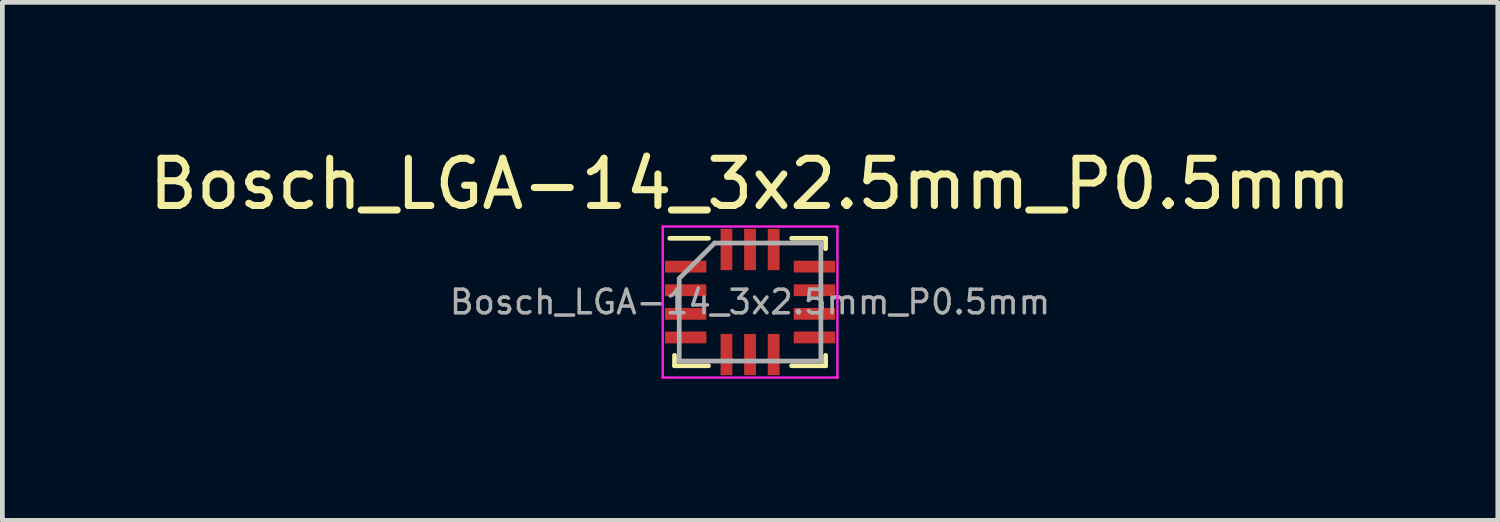
<source format=kicad_pcb>
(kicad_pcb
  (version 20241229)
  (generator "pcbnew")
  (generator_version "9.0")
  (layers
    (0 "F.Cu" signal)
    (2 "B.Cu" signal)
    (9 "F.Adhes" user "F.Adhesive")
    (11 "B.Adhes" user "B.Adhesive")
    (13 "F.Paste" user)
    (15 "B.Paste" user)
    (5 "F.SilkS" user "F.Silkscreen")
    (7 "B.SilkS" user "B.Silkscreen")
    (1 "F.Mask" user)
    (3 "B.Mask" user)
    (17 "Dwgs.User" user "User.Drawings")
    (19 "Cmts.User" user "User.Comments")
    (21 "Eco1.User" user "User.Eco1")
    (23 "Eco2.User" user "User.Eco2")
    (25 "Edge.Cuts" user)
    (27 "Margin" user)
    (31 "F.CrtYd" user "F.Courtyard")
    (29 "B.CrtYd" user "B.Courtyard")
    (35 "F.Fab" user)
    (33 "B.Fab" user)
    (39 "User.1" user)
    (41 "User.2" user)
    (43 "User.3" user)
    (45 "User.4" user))
  (footprint "Bosch_LGA-14_3x2.5mm_P0.5mm"
    (layer "F.Cu")
    (at 12.839 3.348)
    (property "Reference" "Bosch_LGA-14_3x2.5mm_P0.5mm" (at 0 -2.5 0) (layer "F.SilkS") (effects (font (size 1 1) (thickness 0.15))))
    (attr smd)
    (fp_line (start -1.7 -1.35) (end -0.88 -1.35) (stroke (width 0.1) (type solid)) (layer "F.SilkS"))
    (fp_line (start -1.6 1.35) (end -1.6 1.13) (stroke (width 0.1) (type solid)) (layer "F.SilkS"))
    (fp_line (start -1.6 1.35) (end -0.88 1.35) (stroke (width 0.1) (type solid)) (layer "F.SilkS"))
    (fp_line (start 0.88 -1.35) (end 1.6 -1.35) (stroke (width 0.1) (type solid)) (layer "F.SilkS"))
    (fp_line (start 1.6 -1.35) (end 1.6 -1.13) (stroke (width 0.1) (type solid)) (layer "F.SilkS"))
    (fp_line (start 1.6 1.13) (end 1.6 1.35) (stroke (width 0.1) (type solid)) (layer "F.SilkS"))
    (fp_line (start 1.6 1.35) (end 0.88 1.35) (stroke (width 0.1) (type solid)) (layer "F.SilkS"))
    (fp_line (start -1.85 -1.6) (end 1.85 -1.6) (stroke (width 0.05) (type solid)) (layer "F.CrtYd"))
    (fp_line (start -1.85 1.6) (end -1.85 -1.6) (stroke (width 0.05) (type solid)) (layer "F.CrtYd"))
    (fp_line (start 1.85 -1.6) (end 1.85 1.6) (stroke (width 0.05) (type solid)) (layer "F.CrtYd"))
    (fp_line (start 1.85 1.6) (end -1.85 1.6) (stroke (width 0.05) (type solid)) (layer "F.CrtYd"))
    (fp_line (start -1.5 1.25) (end -1.5 -0.5) (stroke (width 0.1) (type solid)) (layer "F.Fab"))
    (fp_line (start -0.75 -1.25) (end -1.5 -0.5) (stroke (width 0.1) (type solid)) (layer "F.Fab"))
    (fp_line (start -0.75 -1.25) (end 1.5 -1.25) (stroke (width 0.1) (type solid)) (layer "F.Fab"))
    (fp_line (start 1.5 -1.25) (end 1.5 1.25) (stroke (width 0.1) (type solid)) (layer "F.Fab"))
    (fp_line (start 1.5 1.25) (end -1.5 1.25) (stroke (width 0.1) (type solid)) (layer "F.Fab"))
    (fp_text user "${REFERENCE}" (at 0 0 0) (layer "F.Fab") (effects (font (size 0.5 0.5) (thickness 0.075))))
    (pad "1" smd rect (at -1.363 -0.75) (size 0.875 0.25) (layers "F.Cu" "F.Mask" "F.Paste"))
    (pad "2" smd rect (at -1.363 -0.25) (size 0.875 0.25) (layers "F.Cu" "F.Mask" "F.Paste"))
    (pad "3" smd rect (at -1.363 0.25) (size 0.875 0.25) (layers "F.Cu" "F.Mask" "F.Paste"))
    (pad "4" smd rect (at -1.363 0.75) (size 0.875 0.25) (layers "F.Cu" "F.Mask" "F.Paste"))
    (pad "5" smd rect (at -0.5 1.113) (size 0.25 0.875) (layers "F.Cu" "F.Mask" "F.Paste"))
    (pad "6" smd rect (at 0 1.113) (size 0.25 0.875) (layers "F.Cu" "F.Mask" "F.Paste"))
    (pad "7" smd rect (at 0.5 1.113) (size 0.25 0.875) (layers "F.Cu" "F.Mask" "F.Paste"))
    (pad "8" smd rect (at 1.363 0.75) (size 0.875 0.25) (layers "F.Cu" "F.Mask" "F.Paste"))
    (pad "9" smd rect (at 1.363 0.25) (size 0.875 0.25) (layers "F.Cu" "F.Mask" "F.Paste"))
    (pad "10" smd rect (at 1.363 -0.25) (size 0.875 0.25) (layers "F.Cu" "F.Mask" "F.Paste"))
    (pad "11" smd rect (at 1.363 -0.75) (size 0.875 0.25) (layers "F.Cu" "F.Mask" "F.Paste"))
    (pad "12" smd rect (at 0.5 -1.113) (size 0.25 0.875) (layers "F.Cu" "F.Mask" "F.Paste"))
    (pad "13" smd rect (at 0 -1.113) (size 0.25 0.875) (layers "F.Cu" "F.Mask" "F.Paste"))
    (pad "14" smd rect (at -0.5 -1.113) (size 0.25 0.875) (layers "F.Cu" "F.Mask" "F.Paste")))
  (gr_rect
    (start -3 -3)
    (end 28.679 7.973)
    (stroke (width 0.1) (type default))
    (fill no)
    (layer "Edge.Cuts")))
</source>
